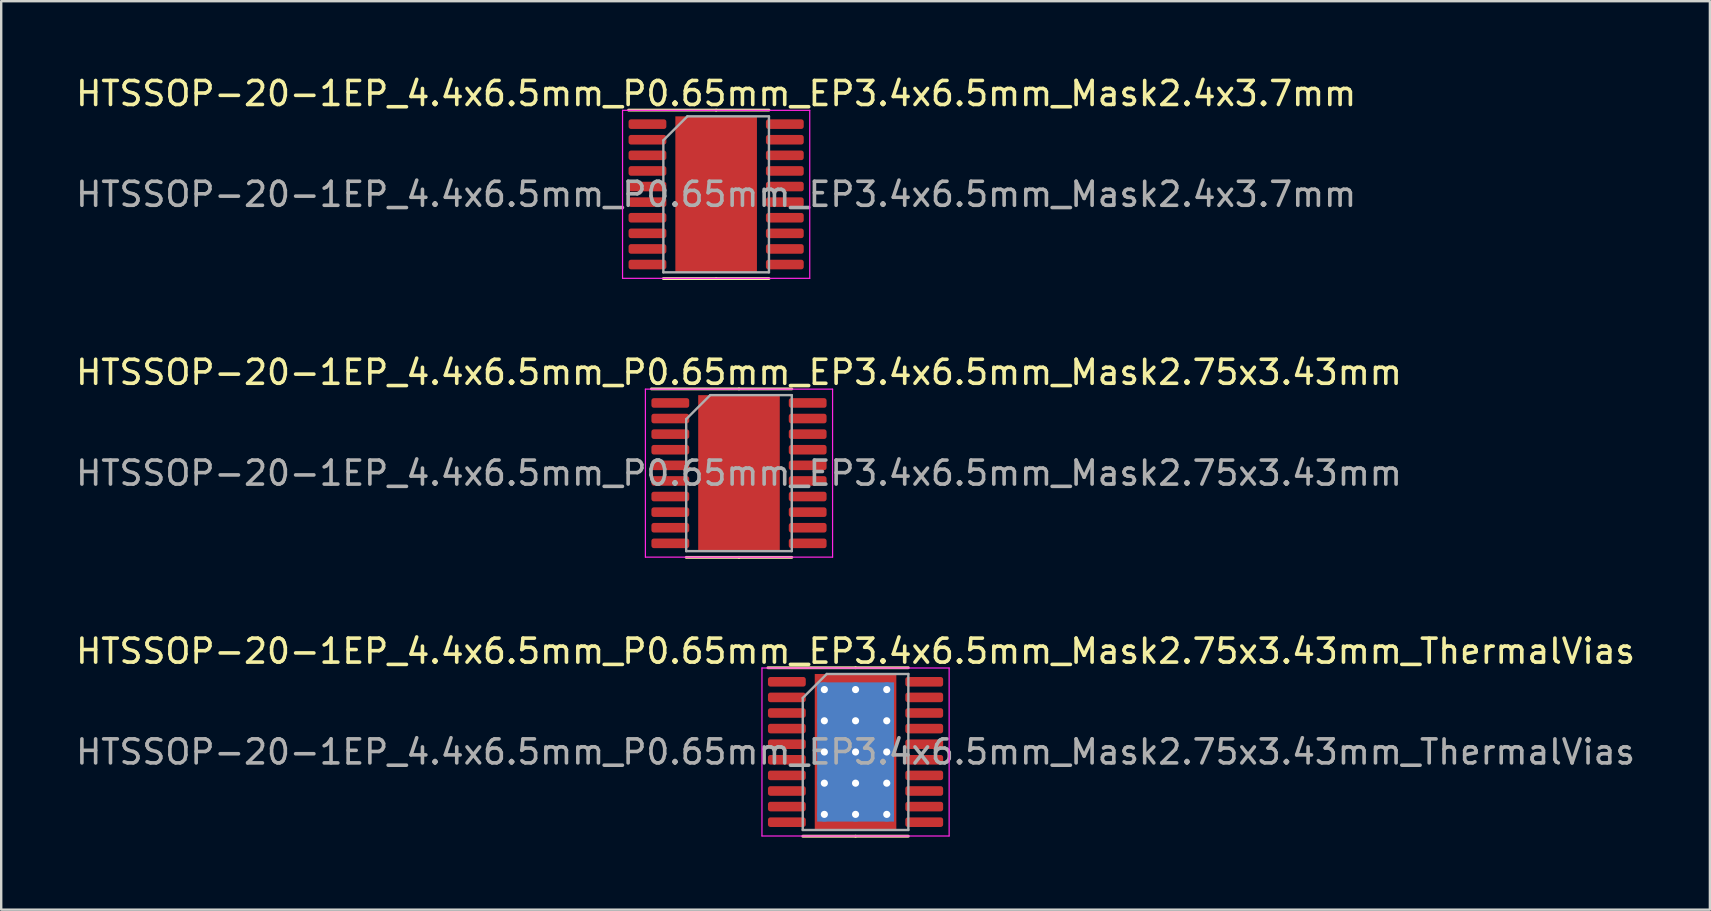
<source format=kicad_pcb>
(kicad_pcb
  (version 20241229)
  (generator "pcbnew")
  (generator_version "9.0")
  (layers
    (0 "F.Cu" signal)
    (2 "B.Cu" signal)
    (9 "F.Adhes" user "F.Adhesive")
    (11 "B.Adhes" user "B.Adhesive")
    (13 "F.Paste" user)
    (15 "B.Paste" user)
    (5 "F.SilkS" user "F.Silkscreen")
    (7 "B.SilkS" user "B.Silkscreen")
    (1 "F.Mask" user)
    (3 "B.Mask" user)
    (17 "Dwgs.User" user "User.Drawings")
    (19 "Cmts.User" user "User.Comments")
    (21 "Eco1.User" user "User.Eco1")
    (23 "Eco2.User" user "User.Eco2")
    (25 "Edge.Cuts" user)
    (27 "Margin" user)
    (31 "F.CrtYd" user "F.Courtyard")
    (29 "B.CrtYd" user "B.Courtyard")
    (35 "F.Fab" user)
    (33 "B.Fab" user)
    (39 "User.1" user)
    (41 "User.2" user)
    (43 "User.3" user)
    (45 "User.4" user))
  (footprint "HTSSOP-20-1EP_4.4x6.5mm_P0.65mm_EP3.4x6.5mm_Mask2.75x3.43mm_ThermalVias"
    (layer "F.Cu")
    (at 32.601 28.285)
    (property "Reference" "HTSSOP-20-1EP_4.4x6.5mm_P0.65mm_EP3.4x6.5mm_Mask2.75x3.43mm_ThermalVias" (at 0 -4.2 0) (layer "F.SilkS") (effects (font (size 1 1) (thickness 0.15))))
    (attr smd)
    (fp_line (start 0 -3.51) (end -3.65 -3.51) (stroke (width 0.12) (type solid)) (layer "F.SilkS"))
    (fp_line (start 0 -3.51) (end 2.2 -3.51) (stroke (width 0.12) (type solid)) (layer "F.SilkS"))
    (fp_line (start 0 3.51) (end -2.2 3.51) (stroke (width 0.12) (type solid)) (layer "F.SilkS"))
    (fp_line (start 0 3.51) (end 2.2 3.51) (stroke (width 0.12) (type solid)) (layer "F.SilkS"))
    (fp_line (start -3.9 -3.5) (end -3.9 3.5) (stroke (width 0.05) (type solid)) (layer "F.CrtYd"))
    (fp_line (start -3.9 3.5) (end 3.9 3.5) (stroke (width 0.05) (type solid)) (layer "F.CrtYd"))
    (fp_line (start 3.9 -3.5) (end -3.9 -3.5) (stroke (width 0.05) (type solid)) (layer "F.CrtYd"))
    (fp_line (start 3.9 3.5) (end 3.9 -3.5) (stroke (width 0.05) (type solid)) (layer "F.CrtYd"))
    (fp_line (start -2.2 -2.25) (end -1.2 -3.25) (stroke (width 0.1) (type solid)) (layer "F.Fab"))
    (fp_line (start -2.2 3.25) (end -2.2 -2.25) (stroke (width 0.1) (type solid)) (layer "F.Fab"))
    (fp_line (start -1.2 -3.25) (end 2.2 -3.25) (stroke (width 0.1) (type solid)) (layer "F.Fab"))
    (fp_line (start 2.2 -3.25) (end 2.2 3.25) (stroke (width 0.1) (type solid)) (layer "F.Fab"))
    (fp_line (start 2.2 3.25) (end -2.2 3.25) (stroke (width 0.1) (type solid)) (layer "F.Fab"))
    (fp_text user "${REFERENCE}" (at 0 0 0) (layer "F.Fab") (effects (font (size 1 1) (thickness 0.15))))
    (pad "" smd roundrect (at -0.69 -0.86) (size 1.11 1.38) (layers "F.Paste") (roundrect_rratio 0.225))
    (pad "" smd roundrect (at -0.69 0.86) (size 1.11 1.38) (layers "F.Paste") (roundrect_rratio 0.225))
    (pad "" smd rect (at 0 0) (size 2.75 3.43) (layers "F.Mask"))
    (pad "" smd roundrect (at 0.69 -0.86) (size 1.11 1.38) (layers "F.Paste") (roundrect_rratio 0.225))
    (pad "" smd roundrect (at 0.69 0.86) (size 1.11 1.38) (layers "F.Paste") (roundrect_rratio 0.225))
    (pad "1" smd roundrect (at -2.862 -2.925) (size 1.575 0.4) (layers "F.Cu" "F.Mask" "F.Paste") (roundrect_rratio 0.25))
    (pad "2" smd roundrect (at -2.862 -2.275) (size 1.575 0.4) (layers "F.Cu" "F.Mask" "F.Paste") (roundrect_rratio 0.25))
    (pad "3" smd roundrect (at -2.862 -1.625) (size 1.575 0.4) (layers "F.Cu" "F.Mask" "F.Paste") (roundrect_rratio 0.25))
    (pad "4" smd roundrect (at -2.862 -0.975) (size 1.575 0.4) (layers "F.Cu" "F.Mask" "F.Paste") (roundrect_rratio 0.25))
    (pad "5" smd roundrect (at -2.862 -0.325) (size 1.575 0.4) (layers "F.Cu" "F.Mask" "F.Paste") (roundrect_rratio 0.25))
    (pad "6" smd roundrect (at -2.862 0.325) (size 1.575 0.4) (layers "F.Cu" "F.Mask" "F.Paste") (roundrect_rratio 0.25))
    (pad "7" smd roundrect (at -2.862 0.975) (size 1.575 0.4) (layers "F.Cu" "F.Mask" "F.Paste") (roundrect_rratio 0.25))
    (pad "8" smd roundrect (at -2.862 1.625) (size 1.575 0.4) (layers "F.Cu" "F.Mask" "F.Paste") (roundrect_rratio 0.25))
    (pad "9" smd roundrect (at -2.862 2.275) (size 1.575 0.4) (layers "F.Cu" "F.Mask" "F.Paste") (roundrect_rratio 0.25))
    (pad "10" smd roundrect (at -2.862 2.925) (size 1.575 0.4) (layers "F.Cu" "F.Mask" "F.Paste") (roundrect_rratio 0.25))
    (pad "11" smd roundrect (at 2.862 2.925) (size 1.575 0.4) (layers "F.Cu" "F.Mask" "F.Paste") (roundrect_rratio 0.25))
    (pad "12" smd roundrect (at 2.862 2.275) (size 1.575 0.4) (layers "F.Cu" "F.Mask" "F.Paste") (roundrect_rratio 0.25))
    (pad "13" smd roundrect (at 2.862 1.625) (size 1.575 0.4) (layers "F.Cu" "F.Mask" "F.Paste") (roundrect_rratio 0.25))
    (pad "14" smd roundrect (at 2.862 0.975) (size 1.575 0.4) (layers "F.Cu" "F.Mask" "F.Paste") (roundrect_rratio 0.25))
    (pad "15" smd roundrect (at 2.862 0.325) (size 1.575 0.4) (layers "F.Cu" "F.Mask" "F.Paste") (roundrect_rratio 0.25))
    (pad "16" smd roundrect (at 2.862 -0.325) (size 1.575 0.4) (layers "F.Cu" "F.Mask" "F.Paste") (roundrect_rratio 0.25))
    (pad "17" smd roundrect (at 2.862 -0.975) (size 1.575 0.4) (layers "F.Cu" "F.Mask" "F.Paste") (roundrect_rratio 0.25))
    (pad "18" smd roundrect (at 2.862 -1.625) (size 1.575 0.4) (layers "F.Cu" "F.Mask" "F.Paste") (roundrect_rratio 0.25))
    (pad "19" smd roundrect (at 2.862 -2.275) (size 1.575 0.4) (layers "F.Cu" "F.Mask" "F.Paste") (roundrect_rratio 0.25))
    (pad "20" smd roundrect (at 2.862 -2.925) (size 1.575 0.4) (layers "F.Cu" "F.Mask" "F.Paste") (roundrect_rratio 0.25))
    (pad "21" thru_hole circle (at -1.3 -2.6) (size 0.6 0.6) (drill 0.3) (layers "*.Cu"))
    (pad "21" thru_hole circle (at -1.3 -1.3) (size 0.6 0.6) (drill 0.3) (layers "*.Cu"))
    (pad "21" thru_hole circle (at -1.3 0) (size 0.6 0.6) (drill 0.3) (layers "*.Cu"))
    (pad "21" thru_hole circle (at -1.3 1.3) (size 0.6 0.6) (drill 0.3) (layers "*.Cu"))
    (pad "21" thru_hole circle (at -1.3 2.6) (size 0.6 0.6) (drill 0.3) (layers "*.Cu"))
    (pad "21" thru_hole circle (at 0 -2.6) (size 0.6 0.6) (drill 0.3) (layers "*.Cu"))
    (pad "21" thru_hole circle (at 0 -1.3) (size 0.6 0.6) (drill 0.3) (layers "*.Cu"))
    (pad "21" thru_hole circle (at 0 0) (size 0.6 0.6) (drill 0.3) (layers "*.Cu"))
    (pad "21" smd rect (at 0 0) (size 3.2 5.8) (layers "B.Cu"))
    (pad "21" smd rect (at 0 0) (size 3.4 6.5) (layers "F.Cu"))
    (pad "21" thru_hole circle (at 0 1.3) (size 0.6 0.6) (drill 0.3) (layers "*.Cu"))
    (pad "21" thru_hole circle (at 0 2.6) (size 0.6 0.6) (drill 0.3) (layers "*.Cu"))
    (pad "21" thru_hole circle (at 1.3 -2.6) (size 0.6 0.6) (drill 0.3) (layers "*.Cu"))
    (pad "21" thru_hole circle (at 1.3 -1.3) (size 0.6 0.6) (drill 0.3) (layers "*.Cu"))
    (pad "21" thru_hole circle (at 1.3 0) (size 0.6 0.6) (drill 0.3) (layers "*.Cu"))
    (pad "21" thru_hole circle (at 1.3 1.3) (size 0.6 0.6) (drill 0.3) (layers "*.Cu"))
    (pad "21" thru_hole circle (at 1.3 2.6) (size 0.6 0.6) (drill 0.3) (layers "*.Cu")))
  (footprint "HTSSOP-20-1EP_4.4x6.5mm_P0.65mm_EP3.4x6.5mm_Mask2.75x3.43mm"
    (layer "F.Cu")
    (at 27.744 16.666)
    (property "Reference" "HTSSOP-20-1EP_4.4x6.5mm_P0.65mm_EP3.4x6.5mm_Mask2.75x3.43mm" (at 0 -4.2 0) (layer "F.SilkS") (effects (font (size 1 1) (thickness 0.15))))
    (attr smd)
    (fp_line (start 0 -3.51) (end -3.65 -3.51) (stroke (width 0.12) (type solid)) (layer "F.SilkS"))
    (fp_line (start 0 -3.51) (end 2.2 -3.51) (stroke (width 0.12) (type solid)) (layer "F.SilkS"))
    (fp_line (start 0 3.51) (end -2.2 3.51) (stroke (width 0.12) (type solid)) (layer "F.SilkS"))
    (fp_line (start 0 3.51) (end 2.2 3.51) (stroke (width 0.12) (type solid)) (layer "F.SilkS"))
    (fp_line (start -3.9 -3.5) (end -3.9 3.5) (stroke (width 0.05) (type solid)) (layer "F.CrtYd"))
    (fp_line (start -3.9 3.5) (end 3.9 3.5) (stroke (width 0.05) (type solid)) (layer "F.CrtYd"))
    (fp_line (start 3.9 -3.5) (end -3.9 -3.5) (stroke (width 0.05) (type solid)) (layer "F.CrtYd"))
    (fp_line (start 3.9 3.5) (end 3.9 -3.5) (stroke (width 0.05) (type solid)) (layer "F.CrtYd"))
    (fp_line (start -2.2 -2.25) (end -1.2 -3.25) (stroke (width 0.1) (type solid)) (layer "F.Fab"))
    (fp_line (start -2.2 3.25) (end -2.2 -2.25) (stroke (width 0.1) (type solid)) (layer "F.Fab"))
    (fp_line (start -1.2 -3.25) (end 2.2 -3.25) (stroke (width 0.1) (type solid)) (layer "F.Fab"))
    (fp_line (start 2.2 -3.25) (end 2.2 3.25) (stroke (width 0.1) (type solid)) (layer "F.Fab"))
    (fp_line (start 2.2 3.25) (end -2.2 3.25) (stroke (width 0.1) (type solid)) (layer "F.Fab"))
    (fp_text user "${REFERENCE}" (at 0 0 0) (layer "F.Fab") (effects (font (size 1 1) (thickness 0.15))))
    (pad "" smd roundrect (at -0.69 -0.86) (size 1.11 1.38) (layers "F.Paste") (roundrect_rratio 0.225))
    (pad "" smd roundrect (at -0.69 0.86) (size 1.11 1.38) (layers "F.Paste") (roundrect_rratio 0.225))
    (pad "" smd rect (at 0 0) (size 2.75 3.43) (layers "F.Mask"))
    (pad "" smd roundrect (at 0.69 -0.86) (size 1.11 1.38) (layers "F.Paste") (roundrect_rratio 0.225))
    (pad "" smd roundrect (at 0.69 0.86) (size 1.11 1.38) (layers "F.Paste") (roundrect_rratio 0.225))
    (pad "1" smd roundrect (at -2.862 -2.925) (size 1.575 0.4) (layers "F.Cu" "F.Mask" "F.Paste") (roundrect_rratio 0.25))
    (pad "2" smd roundrect (at -2.862 -2.275) (size 1.575 0.4) (layers "F.Cu" "F.Mask" "F.Paste") (roundrect_rratio 0.25))
    (pad "3" smd roundrect (at -2.862 -1.625) (size 1.575 0.4) (layers "F.Cu" "F.Mask" "F.Paste") (roundrect_rratio 0.25))
    (pad "4" smd roundrect (at -2.862 -0.975) (size 1.575 0.4) (layers "F.Cu" "F.Mask" "F.Paste") (roundrect_rratio 0.25))
    (pad "5" smd roundrect (at -2.862 -0.325) (size 1.575 0.4) (layers "F.Cu" "F.Mask" "F.Paste") (roundrect_rratio 0.25))
    (pad "6" smd roundrect (at -2.862 0.325) (size 1.575 0.4) (layers "F.Cu" "F.Mask" "F.Paste") (roundrect_rratio 0.25))
    (pad "7" smd roundrect (at -2.862 0.975) (size 1.575 0.4) (layers "F.Cu" "F.Mask" "F.Paste") (roundrect_rratio 0.25))
    (pad "8" smd roundrect (at -2.862 1.625) (size 1.575 0.4) (layers "F.Cu" "F.Mask" "F.Paste") (roundrect_rratio 0.25))
    (pad "9" smd roundrect (at -2.862 2.275) (size 1.575 0.4) (layers "F.Cu" "F.Mask" "F.Paste") (roundrect_rratio 0.25))
    (pad "10" smd roundrect (at -2.862 2.925) (size 1.575 0.4) (layers "F.Cu" "F.Mask" "F.Paste") (roundrect_rratio 0.25))
    (pad "11" smd roundrect (at 2.862 2.925) (size 1.575 0.4) (layers "F.Cu" "F.Mask" "F.Paste") (roundrect_rratio 0.25))
    (pad "12" smd roundrect (at 2.862 2.275) (size 1.575 0.4) (layers "F.Cu" "F.Mask" "F.Paste") (roundrect_rratio 0.25))
    (pad "13" smd roundrect (at 2.862 1.625) (size 1.575 0.4) (layers "F.Cu" "F.Mask" "F.Paste") (roundrect_rratio 0.25))
    (pad "14" smd roundrect (at 2.862 0.975) (size 1.575 0.4) (layers "F.Cu" "F.Mask" "F.Paste") (roundrect_rratio 0.25))
    (pad "15" smd roundrect (at 2.862 0.325) (size 1.575 0.4) (layers "F.Cu" "F.Mask" "F.Paste") (roundrect_rratio 0.25))
    (pad "16" smd roundrect (at 2.862 -0.325) (size 1.575 0.4) (layers "F.Cu" "F.Mask" "F.Paste") (roundrect_rratio 0.25))
    (pad "17" smd roundrect (at 2.862 -0.975) (size 1.575 0.4) (layers "F.Cu" "F.Mask" "F.Paste") (roundrect_rratio 0.25))
    (pad "18" smd roundrect (at 2.862 -1.625) (size 1.575 0.4) (layers "F.Cu" "F.Mask" "F.Paste") (roundrect_rratio 0.25))
    (pad "19" smd roundrect (at 2.862 -2.275) (size 1.575 0.4) (layers "F.Cu" "F.Mask" "F.Paste") (roundrect_rratio 0.25))
    (pad "20" smd roundrect (at 2.862 -2.925) (size 1.575 0.4) (layers "F.Cu" "F.Mask" "F.Paste") (roundrect_rratio 0.25))
    (pad "21" smd rect (at 0 0) (size 3.4 6.5) (layers "F.Cu")))
  (footprint "HTSSOP-20-1EP_4.4x6.5mm_P0.65mm_EP3.4x6.5mm_Mask2.4x3.7mm"
    (layer "F.Cu")
    (at 26.792 5.048)
    (property "Reference" "HTSSOP-20-1EP_4.4x6.5mm_P0.65mm_EP3.4x6.5mm_Mask2.4x3.7mm" (at 0 -4.2 0) (layer "F.SilkS") (effects (font (size 1 1) (thickness 0.15))))
    (attr smd)
    (fp_line (start 0 -3.51) (end -3.65 -3.51) (stroke (width 0.12) (type solid)) (layer "F.SilkS"))
    (fp_line (start 0 -3.51) (end 2.2 -3.51) (stroke (width 0.12) (type solid)) (layer "F.SilkS"))
    (fp_line (start 0 3.51) (end -2.2 3.51) (stroke (width 0.12) (type solid)) (layer "F.SilkS"))
    (fp_line (start 0 3.51) (end 2.2 3.51) (stroke (width 0.12) (type solid)) (layer "F.SilkS"))
    (fp_line (start -3.9 -3.5) (end -3.9 3.5) (stroke (width 0.05) (type solid)) (layer "F.CrtYd"))
    (fp_line (start -3.9 3.5) (end 3.9 3.5) (stroke (width 0.05) (type solid)) (layer "F.CrtYd"))
    (fp_line (start 3.9 -3.5) (end -3.9 -3.5) (stroke (width 0.05) (type solid)) (layer "F.CrtYd"))
    (fp_line (start 3.9 3.5) (end 3.9 -3.5) (stroke (width 0.05) (type solid)) (layer "F.CrtYd"))
    (fp_line (start -2.2 -2.25) (end -1.2 -3.25) (stroke (width 0.1) (type solid)) (layer "F.Fab"))
    (fp_line (start -2.2 3.25) (end -2.2 -2.25) (stroke (width 0.1) (type solid)) (layer "F.Fab"))
    (fp_line (start -1.2 -3.25) (end 2.2 -3.25) (stroke (width 0.1) (type solid)) (layer "F.Fab"))
    (fp_line (start 2.2 -3.25) (end 2.2 3.25) (stroke (width 0.1) (type solid)) (layer "F.Fab"))
    (fp_line (start 2.2 3.25) (end -2.2 3.25) (stroke (width 0.1) (type solid)) (layer "F.Fab"))
    (fp_text user "${REFERENCE}" (at 0 0 0) (layer "F.Fab") (effects (font (size 1 1) (thickness 0.15))))
    (pad "" smd roundrect (at 0 -0.925) (size 1.93 1.49) (layers "F.Paste") (roundrect_rratio 0.168))
    (pad "" smd rect (at 0 0) (size 2.4 3.7) (layers "F.Mask"))
    (pad "" smd roundrect (at 0 0.925) (size 1.93 1.49) (layers "F.Paste") (roundrect_rratio 0.168))
    (pad "1" smd roundrect (at -2.862 -2.925) (size 1.575 0.4) (layers "F.Cu" "F.Mask" "F.Paste") (roundrect_rratio 0.25))
    (pad "2" smd roundrect (at -2.862 -2.275) (size 1.575 0.4) (layers "F.Cu" "F.Mask" "F.Paste") (roundrect_rratio 0.25))
    (pad "3" smd roundrect (at -2.862 -1.625) (size 1.575 0.4) (layers "F.Cu" "F.Mask" "F.Paste") (roundrect_rratio 0.25))
    (pad "4" smd roundrect (at -2.862 -0.975) (size 1.575 0.4) (layers "F.Cu" "F.Mask" "F.Paste") (roundrect_rratio 0.25))
    (pad "5" smd roundrect (at -2.862 -0.325) (size 1.575 0.4) (layers "F.Cu" "F.Mask" "F.Paste") (roundrect_rratio 0.25))
    (pad "6" smd roundrect (at -2.862 0.325) (size 1.575 0.4) (layers "F.Cu" "F.Mask" "F.Paste") (roundrect_rratio 0.25))
    (pad "7" smd roundrect (at -2.862 0.975) (size 1.575 0.4) (layers "F.Cu" "F.Mask" "F.Paste") (roundrect_rratio 0.25))
    (pad "8" smd roundrect (at -2.862 1.625) (size 1.575 0.4) (layers "F.Cu" "F.Mask" "F.Paste") (roundrect_rratio 0.25))
    (pad "9" smd roundrect (at -2.862 2.275) (size 1.575 0.4) (layers "F.Cu" "F.Mask" "F.Paste") (roundrect_rratio 0.25))
    (pad "10" smd roundrect (at -2.862 2.925) (size 1.575 0.4) (layers "F.Cu" "F.Mask" "F.Paste") (roundrect_rratio 0.25))
    (pad "11" smd roundrect (at 2.862 2.925) (size 1.575 0.4) (layers "F.Cu" "F.Mask" "F.Paste") (roundrect_rratio 0.25))
    (pad "12" smd roundrect (at 2.862 2.275) (size 1.575 0.4) (layers "F.Cu" "F.Mask" "F.Paste") (roundrect_rratio 0.25))
    (pad "13" smd roundrect (at 2.862 1.625) (size 1.575 0.4) (layers "F.Cu" "F.Mask" "F.Paste") (roundrect_rratio 0.25))
    (pad "14" smd roundrect (at 2.862 0.975) (size 1.575 0.4) (layers "F.Cu" "F.Mask" "F.Paste") (roundrect_rratio 0.25))
    (pad "15" smd roundrect (at 2.862 0.325) (size 1.575 0.4) (layers "F.Cu" "F.Mask" "F.Paste") (roundrect_rratio 0.25))
    (pad "16" smd roundrect (at 2.862 -0.325) (size 1.575 0.4) (layers "F.Cu" "F.Mask" "F.Paste") (roundrect_rratio 0.25))
    (pad "17" smd roundrect (at 2.862 -0.975) (size 1.575 0.4) (layers "F.Cu" "F.Mask" "F.Paste") (roundrect_rratio 0.25))
    (pad "18" smd roundrect (at 2.862 -1.625) (size 1.575 0.4) (layers "F.Cu" "F.Mask" "F.Paste") (roundrect_rratio 0.25))
    (pad "19" smd roundrect (at 2.862 -2.275) (size 1.575 0.4) (layers "F.Cu" "F.Mask" "F.Paste") (roundrect_rratio 0.25))
    (pad "20" smd roundrect (at 2.862 -2.925) (size 1.575 0.4) (layers "F.Cu" "F.Mask" "F.Paste") (roundrect_rratio 0.25))
    (pad "21" smd rect (at 0 0) (size 3.4 6.5) (layers "F.Cu")))
  (gr_rect
    (start -3 -3)
    (end 68.202 34.855)
    (stroke (width 0.1) (type default))
    (fill no)
    (layer "Edge.Cuts")))
</source>
